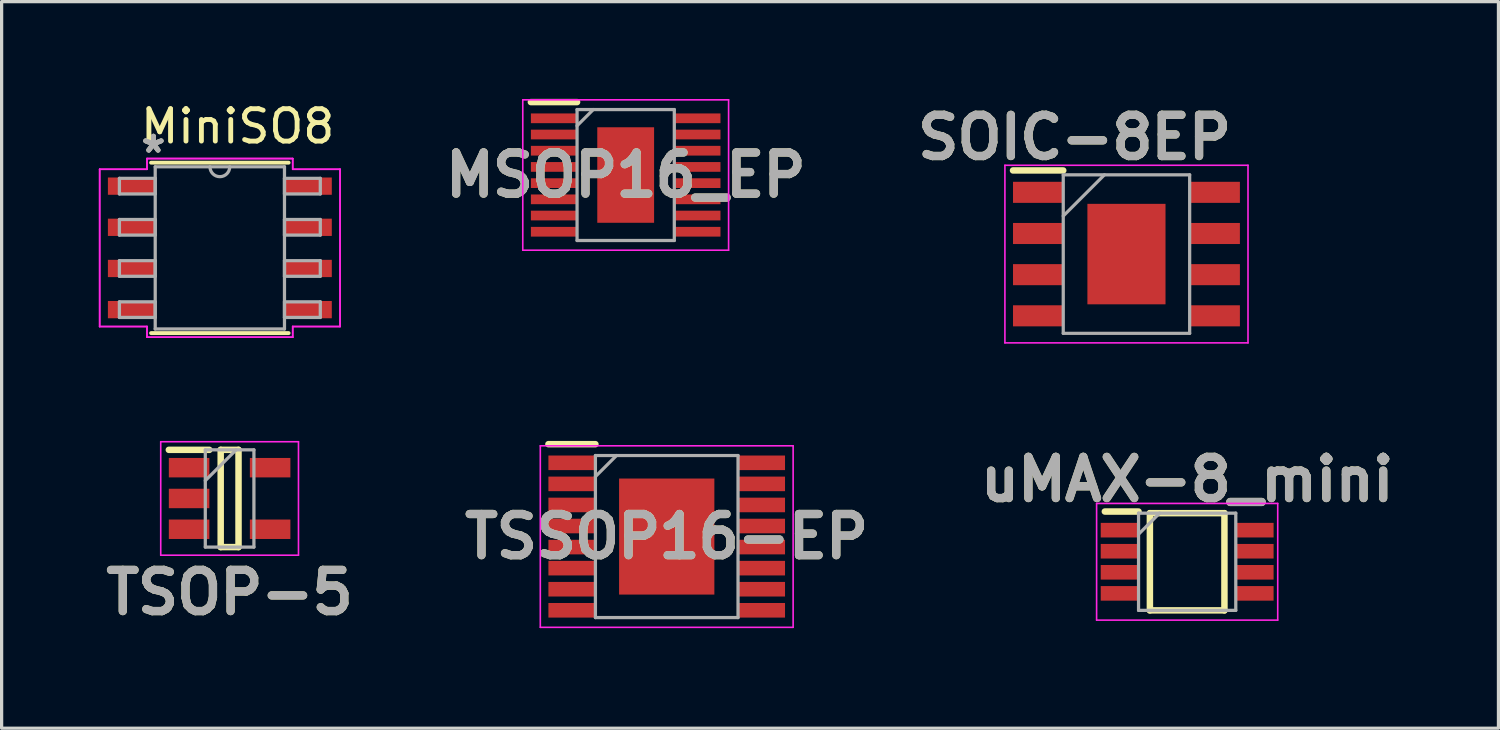
<source format=kicad_pcb>
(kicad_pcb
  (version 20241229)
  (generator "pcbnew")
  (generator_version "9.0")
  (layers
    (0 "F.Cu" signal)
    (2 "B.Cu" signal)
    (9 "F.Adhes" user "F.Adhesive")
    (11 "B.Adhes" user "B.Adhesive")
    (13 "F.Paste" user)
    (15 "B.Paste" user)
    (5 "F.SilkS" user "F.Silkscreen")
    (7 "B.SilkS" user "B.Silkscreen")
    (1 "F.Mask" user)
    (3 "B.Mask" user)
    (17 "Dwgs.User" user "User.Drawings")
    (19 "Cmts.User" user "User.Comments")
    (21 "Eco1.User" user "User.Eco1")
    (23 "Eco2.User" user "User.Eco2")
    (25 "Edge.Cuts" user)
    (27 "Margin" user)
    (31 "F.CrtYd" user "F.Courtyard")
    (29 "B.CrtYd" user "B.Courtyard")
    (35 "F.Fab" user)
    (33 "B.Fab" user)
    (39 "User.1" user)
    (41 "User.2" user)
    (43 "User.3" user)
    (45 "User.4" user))
  (footprint "SOIC-8EP"
    (layer "F.Cu")
    (at 31.704 4.789)
    (property "Reference" "SOIC-8EP" (at -1.6 -3.6 0) (layer "F.SilkS") (effects (font (size 1.27 1.27) (thickness 0.254))))
    (attr smd)
    (fp_line (start -3.5 -2.58) (end -1.95 -2.58) (stroke (width 0.2) (type solid)) (layer "F.SilkS"))
    (fp_line (start -3.75 -2.74) (end 3.75 -2.74) (stroke (width 0.05) (type solid)) (layer "F.CrtYd"))
    (fp_line (start -3.75 2.74) (end -3.75 -2.74) (stroke (width 0.05) (type solid)) (layer "F.CrtYd"))
    (fp_line (start 3.75 -2.74) (end 3.75 2.74) (stroke (width 0.05) (type solid)) (layer "F.CrtYd"))
    (fp_line (start 3.75 2.74) (end -3.75 2.74) (stroke (width 0.05) (type solid)) (layer "F.CrtYd"))
    (fp_line (start -1.95 -2.445) (end 1.95 -2.445) (stroke (width 0.1) (type solid)) (layer "F.Fab"))
    (fp_line (start -1.95 -1.175) (end -0.68 -2.445) (stroke (width 0.1) (type solid)) (layer "F.Fab"))
    (fp_line (start -1.95 2.445) (end -1.95 -2.445) (stroke (width 0.1) (type solid)) (layer "F.Fab"))
    (fp_line (start 1.95 -2.445) (end 1.95 2.445) (stroke (width 0.1) (type solid)) (layer "F.Fab"))
    (fp_line (start 1.95 2.445) (end -1.95 2.445) (stroke (width 0.1) (type solid)) (layer "F.Fab"))
    (fp_text user "${REFERENCE}" (at -1.6 -3.6 0) (layer "F.Fab") (effects (font (size 1.27 1.27) (thickness 0.254))))
    (pad "1" smd rect (at -2.725 -1.905 90) (size 0.65 1.55) (layers "F.Cu" "F.Mask" "F.Paste"))
    (pad "2" smd rect (at -2.725 -0.635 90) (size 0.65 1.55) (layers "F.Cu" "F.Mask" "F.Paste"))
    (pad "3" smd rect (at -2.725 0.635 90) (size 0.65 1.55) (layers "F.Cu" "F.Mask" "F.Paste"))
    (pad "4" smd rect (at -2.725 1.905 90) (size 0.65 1.55) (layers "F.Cu" "F.Mask" "F.Paste"))
    (pad "5" smd rect (at 2.725 1.905 90) (size 0.65 1.55) (layers "F.Cu" "F.Mask" "F.Paste"))
    (pad "6" smd rect (at 2.725 0.635 90) (size 0.65 1.55) (layers "F.Cu" "F.Mask" "F.Paste"))
    (pad "7" smd rect (at 2.725 -0.635 90) (size 0.65 1.55) (layers "F.Cu" "F.Mask" "F.Paste"))
    (pad "8" smd rect (at 2.725 -1.905 90) (size 0.65 1.55) (layers "F.Cu" "F.Mask" "F.Paste"))
    (pad "9" smd rect (at 0 0) (size 2.41 3.1) (layers "F.Cu" "F.Mask" "F.Paste")))
  (footprint "TSSOP16-EP"
    (layer "F.Cu")
    (at 17.52 13.504)
    (property "Reference" "TSSOP16-EP" (at 0 0 0) (layer "F.SilkS") (effects (font (size 1.27 1.27) (thickness 0.254))))
    (attr smd)
    (fp_line (start -3.65 -2.85) (end -2.2 -2.85) (stroke (width 0.2) (type solid)) (layer "F.SilkS"))
    (fp_line (start -3.9 -2.8) (end 3.9 -2.8) (stroke (width 0.05) (type solid)) (layer "F.CrtYd"))
    (fp_line (start -3.9 2.8) (end -3.9 -2.8) (stroke (width 0.05) (type solid)) (layer "F.CrtYd"))
    (fp_line (start 3.9 -2.8) (end 3.9 2.8) (stroke (width 0.05) (type solid)) (layer "F.CrtYd"))
    (fp_line (start 3.9 2.8) (end -3.9 2.8) (stroke (width 0.05) (type solid)) (layer "F.CrtYd"))
    (fp_line (start -2.2 -2.5) (end 2.2 -2.5) (stroke (width 0.1) (type solid)) (layer "F.Fab"))
    (fp_line (start -2.2 -1.85) (end -1.55 -2.5) (stroke (width 0.1) (type solid)) (layer "F.Fab"))
    (fp_line (start -2.2 2.5) (end -2.2 -2.5) (stroke (width 0.1) (type solid)) (layer "F.Fab"))
    (fp_line (start 2.2 -2.5) (end 2.2 2.5) (stroke (width 0.1) (type solid)) (layer "F.Fab"))
    (fp_line (start 2.2 2.5) (end -2.2 2.5) (stroke (width 0.1) (type solid)) (layer "F.Fab"))
    (fp_text user "${REFERENCE}" (at 0 0 0) (layer "F.Fab") (effects (font (size 1.27 1.27) (thickness 0.254))))
    (pad "1" smd rect (at -2.925 -2.275 90) (size 0.45 1.45) (layers "F.Cu" "F.Mask" "F.Paste"))
    (pad "2" smd rect (at -2.925 -1.625 90) (size 0.45 1.45) (layers "F.Cu" "F.Mask" "F.Paste"))
    (pad "3" smd rect (at -2.925 -0.975 90) (size 0.45 1.45) (layers "F.Cu" "F.Mask" "F.Paste"))
    (pad "4" smd rect (at -2.925 -0.325 90) (size 0.45 1.45) (layers "F.Cu" "F.Mask" "F.Paste"))
    (pad "5" smd rect (at -2.925 0.325 90) (size 0.45 1.45) (layers "F.Cu" "F.Mask" "F.Paste"))
    (pad "6" smd rect (at -2.925 0.975 90) (size 0.45 1.45) (layers "F.Cu" "F.Mask" "F.Paste"))
    (pad "7" smd rect (at -2.925 1.625 90) (size 0.45 1.45) (layers "F.Cu" "F.Mask" "F.Paste"))
    (pad "8" smd rect (at -2.925 2.275 90) (size 0.45 1.45) (layers "F.Cu" "F.Mask" "F.Paste"))
    (pad "9" smd rect (at 2.925 2.275 90) (size 0.45 1.45) (layers "F.Cu" "F.Mask" "F.Paste"))
    (pad "10" smd rect (at 2.925 1.625 90) (size 0.45 1.45) (layers "F.Cu" "F.Mask" "F.Paste"))
    (pad "11" smd rect (at 2.925 0.975 90) (size 0.45 1.45) (layers "F.Cu" "F.Mask" "F.Paste"))
    (pad "12" smd rect (at 2.925 0.325 90) (size 0.45 1.45) (layers "F.Cu" "F.Mask" "F.Paste"))
    (pad "13" smd rect (at 2.925 -0.325 90) (size 0.45 1.45) (layers "F.Cu" "F.Mask" "F.Paste"))
    (pad "14" smd rect (at 2.925 -0.975 90) (size 0.45 1.45) (layers "F.Cu" "F.Mask" "F.Paste"))
    (pad "15" smd rect (at 2.925 -1.625 90) (size 0.45 1.45) (layers "F.Cu" "F.Mask" "F.Paste"))
    (pad "16" smd rect (at 2.925 -2.275 90) (size 0.45 1.45) (layers "F.Cu" "F.Mask" "F.Paste"))
    (pad "17" smd rect (at 0 0) (size 2.94 3.58) (layers "F.Cu" "F.Mask" "F.Paste")))
  (footprint "MiniSO8"
    (layer "F.Cu")
    (at 3.733 4.598)
    (property "Reference" "MiniSO8" (at 0.55 -3.75 0) (layer "F.SilkS") (effects (font (size 1 1) (thickness 0.15))))
    (attr through_hole)
    (fp_line (start -2.121 2.629) (end 2.121 2.629) (stroke (width 0.12) (type solid)) (layer "F.SilkS"))
    (fp_line (start 2.121 -2.629) (end -2.121 -2.629) (stroke (width 0.12) (type solid)) (layer "F.SilkS"))
    (fp_line (start -3.708 -2.426) (end -2.248 -2.426) (stroke (width 0.05) (type solid)) (layer "F.CrtYd"))
    (fp_line (start -3.708 -2.426) (end -2.248 -2.426) (stroke (width 0.05) (type solid)) (layer "F.CrtYd"))
    (fp_line (start -3.708 2.426) (end -3.708 -2.426) (stroke (width 0.05) (type solid)) (layer "F.CrtYd"))
    (fp_line (start -3.708 2.426) (end -3.708 -2.426) (stroke (width 0.05) (type solid)) (layer "F.CrtYd"))
    (fp_line (start -3.708 2.426) (end -2.248 2.426) (stroke (width 0.05) (type solid)) (layer "F.CrtYd"))
    (fp_line (start -2.248 -2.756) (end 2.248 -2.756) (stroke (width 0.05) (type solid)) (layer "F.CrtYd"))
    (fp_line (start -2.248 -2.756) (end 2.248 -2.756) (stroke (width 0.05) (type solid)) (layer "F.CrtYd"))
    (fp_line (start -2.248 -2.426) (end -2.248 -2.756) (stroke (width 0.05) (type solid)) (layer "F.CrtYd"))
    (fp_line (start -2.248 -2.426) (end -2.248 -2.756) (stroke (width 0.05) (type solid)) (layer "F.CrtYd"))
    (fp_line (start -2.248 2.426) (end -3.708 2.426) (stroke (width 0.05) (type solid)) (layer "F.CrtYd"))
    (fp_line (start -2.248 2.756) (end -2.248 2.426) (stroke (width 0.05) (type solid)) (layer "F.CrtYd"))
    (fp_line (start -2.248 2.756) (end -2.248 2.426) (stroke (width 0.05) (type solid)) (layer "F.CrtYd"))
    (fp_line (start 2.248 -2.756) (end 2.248 -2.426) (stroke (width 0.05) (type solid)) (layer "F.CrtYd"))
    (fp_line (start 2.248 -2.756) (end 2.248 -2.426) (stroke (width 0.05) (type solid)) (layer "F.CrtYd"))
    (fp_line (start 2.248 -2.426) (end 3.708 -2.426) (stroke (width 0.05) (type solid)) (layer "F.CrtYd"))
    (fp_line (start 2.248 2.426) (end 2.248 2.756) (stroke (width 0.05) (type solid)) (layer "F.CrtYd"))
    (fp_line (start 2.248 2.426) (end 2.248 2.756) (stroke (width 0.05) (type solid)) (layer "F.CrtYd"))
    (fp_line (start 2.248 2.756) (end -2.248 2.756) (stroke (width 0.05) (type solid)) (layer "F.CrtYd"))
    (fp_line (start 2.248 2.756) (end -2.248 2.756) (stroke (width 0.05) (type solid)) (layer "F.CrtYd"))
    (fp_line (start 3.708 -2.426) (end 2.248 -2.426) (stroke (width 0.05) (type solid)) (layer "F.CrtYd"))
    (fp_line (start 3.708 -2.426) (end 3.708 2.426) (stroke (width 0.05) (type solid)) (layer "F.CrtYd"))
    (fp_line (start 3.708 -2.426) (end 3.708 2.426) (stroke (width 0.05) (type solid)) (layer "F.CrtYd"))
    (fp_line (start 3.708 2.426) (end 2.248 2.426) (stroke (width 0.05) (type solid)) (layer "F.CrtYd"))
    (fp_line (start 3.708 2.426) (end 2.248 2.426) (stroke (width 0.05) (type solid)) (layer "F.CrtYd"))
    (fp_line (start -3.099 -2.146) (end -3.099 -1.664) (stroke (width 0.1) (type solid)) (layer "F.Fab"))
    (fp_line (start -3.099 -1.664) (end -1.994 -1.664) (stroke (width 0.1) (type solid)) (layer "F.Fab"))
    (fp_line (start -3.099 -0.876) (end -3.099 -0.394) (stroke (width 0.1) (type solid)) (layer "F.Fab"))
    (fp_line (start -3.099 -0.394) (end -1.994 -0.394) (stroke (width 0.1) (type solid)) (layer "F.Fab"))
    (fp_line (start -3.099 0.394) (end -3.099 0.876) (stroke (width 0.1) (type solid)) (layer "F.Fab"))
    (fp_line (start -3.099 0.876) (end -1.994 0.876) (stroke (width 0.1) (type solid)) (layer "F.Fab"))
    (fp_line (start -3.099 1.664) (end -3.099 2.146) (stroke (width 0.1) (type solid)) (layer "F.Fab"))
    (fp_line (start -3.099 2.146) (end -1.994 2.146) (stroke (width 0.1) (type solid)) (layer "F.Fab"))
    (fp_line (start -1.994 -2.502) (end -1.994 2.502) (stroke (width 0.1) (type solid)) (layer "F.Fab"))
    (fp_line (start -1.994 -2.146) (end -3.099 -2.146) (stroke (width 0.1) (type solid)) (layer "F.Fab"))
    (fp_line (start -1.994 -1.664) (end -1.994 -2.146) (stroke (width 0.1) (type solid)) (layer "F.Fab"))
    (fp_line (start -1.994 -0.876) (end -3.099 -0.876) (stroke (width 0.1) (type solid)) (layer "F.Fab"))
    (fp_line (start -1.994 -0.394) (end -1.994 -0.876) (stroke (width 0.1) (type solid)) (layer "F.Fab"))
    (fp_line (start -1.994 0.394) (end -3.099 0.394) (stroke (width 0.1) (type solid)) (layer "F.Fab"))
    (fp_line (start -1.994 0.876) (end -1.994 0.394) (stroke (width 0.1) (type solid)) (layer "F.Fab"))
    (fp_line (start -1.994 1.664) (end -3.099 1.664) (stroke (width 0.1) (type solid)) (layer "F.Fab"))
    (fp_line (start -1.994 2.146) (end -1.994 1.664) (stroke (width 0.1) (type solid)) (layer "F.Fab"))
    (fp_line (start -1.994 2.502) (end 1.994 2.502) (stroke (width 0.1) (type solid)) (layer "F.Fab"))
    (fp_line (start 1.994 -2.502) (end -1.994 -2.502) (stroke (width 0.1) (type solid)) (layer "F.Fab"))
    (fp_line (start 1.994 -2.146) (end 1.994 -1.664) (stroke (width 0.1) (type solid)) (layer "F.Fab"))
    (fp_line (start 1.994 -1.664) (end 3.099 -1.664) (stroke (width 0.1) (type solid)) (layer "F.Fab"))
    (fp_line (start 1.994 -0.876) (end 1.994 -0.394) (stroke (width 0.1) (type solid)) (layer "F.Fab"))
    (fp_line (start 1.994 -0.394) (end 3.099 -0.394) (stroke (width 0.1) (type solid)) (layer "F.Fab"))
    (fp_line (start 1.994 0.394) (end 1.994 0.876) (stroke (width 0.1) (type solid)) (layer "F.Fab"))
    (fp_line (start 1.994 0.876) (end 3.099 0.876) (stroke (width 0.1) (type solid)) (layer "F.Fab"))
    (fp_line (start 1.994 1.664) (end 1.994 2.146) (stroke (width 0.1) (type solid)) (layer "F.Fab"))
    (fp_line (start 1.994 2.146) (end 3.099 2.146) (stroke (width 0.1) (type solid)) (layer "F.Fab"))
    (fp_line (start 1.994 2.502) (end 1.994 -2.502) (stroke (width 0.1) (type solid)) (layer "F.Fab"))
    (fp_line (start 3.099 -2.146) (end 1.994 -2.146) (stroke (width 0.1) (type solid)) (layer "F.Fab"))
    (fp_line (start 3.099 -1.664) (end 3.099 -2.146) (stroke (width 0.1) (type solid)) (layer "F.Fab"))
    (fp_line (start 3.099 -0.876) (end 1.994 -0.876) (stroke (width 0.1) (type solid)) (layer "F.Fab"))
    (fp_line (start 3.099 -0.394) (end 3.099 -0.876) (stroke (width 0.1) (type solid)) (layer "F.Fab"))
    (fp_line (start 3.099 0.394) (end 1.994 0.394) (stroke (width 0.1) (type solid)) (layer "F.Fab"))
    (fp_line (start 3.099 0.876) (end 3.099 0.394) (stroke (width 0.1) (type solid)) (layer "F.Fab"))
    (fp_line (start 3.099 1.664) (end 1.994 1.664) (stroke (width 0.1) (type solid)) (layer "F.Fab"))
    (fp_line (start 3.099 2.146) (end 3.099 1.664) (stroke (width 0.1) (type solid)) (layer "F.Fab"))
    (fp_arc (start 0.3048 -2.5019) (mid 0 -2.1971) (end -0.3048 -2.5019) (stroke (width 0.1) (type solid)) (layer "F.Fab"))
    (fp_text user "*" (at -2.05 -2.9 0) (layer "F.SilkS") (effects (font (size 1 1) (thickness 0.15))))
    (fp_text user "*" (at -2.05 -2.9 0) (layer "F.Fab") (effects (font (size 1 1) (thickness 0.15))))
    (fp_text user "*" (at -2.05 -2.9 0) (layer "F.Fab") (effects (font (size 1 1) (thickness 0.15))))
    (pad "1" smd rect (at -2.724 -1.905) (size 1.46 0.533) (layers "F.Cu" "F.Mask" "F.Paste"))
    (pad "2" smd rect (at -2.724 -0.635) (size 1.46 0.533) (layers "F.Cu" "F.Mask" "F.Paste"))
    (pad "3" smd rect (at -2.724 0.635) (size 1.46 0.533) (layers "F.Cu" "F.Mask" "F.Paste"))
    (pad "4" smd rect (at -2.724 1.905) (size 1.46 0.533) (layers "F.Cu" "F.Mask" "F.Paste"))
    (pad "5" smd rect (at 2.724 1.905) (size 1.46 0.533) (layers "F.Cu" "F.Mask" "F.Paste"))
    (pad "6" smd rect (at 2.724 0.635) (size 1.46 0.533) (layers "F.Cu" "F.Mask" "F.Paste"))
    (pad "7" smd rect (at 2.724 -0.635) (size 1.46 0.533) (layers "F.Cu" "F.Mask" "F.Paste"))
    (pad "8" smd rect (at 2.724 -1.905) (size 1.46 0.533) (layers "F.Cu" "F.Mask" "F.Paste")))
  (footprint "uMAX-8_mini"
    (layer "F.Cu")
    (at 33.577 14.282)
    (property "Reference" "uMAX-8_mini" (at 0 -2.54 0) (layer "F.SilkS") (effects (font (size 1.27 1.27) (thickness 0.254))))
    (attr smd)
    (fp_line (start -2.54 -1.55) (end -1.5 -1.55) (stroke (width 0.2) (type solid)) (layer "F.SilkS"))
    (fp_line (start -1.15 -1.5) (end 1.15 -1.5) (stroke (width 0.2) (type solid)) (layer "F.SilkS"))
    (fp_line (start -1.15 1.5) (end -1.15 -1.5) (stroke (width 0.2) (type solid)) (layer "F.SilkS"))
    (fp_line (start 1.15 -1.5) (end 1.15 1.5) (stroke (width 0.2) (type solid)) (layer "F.SilkS"))
    (fp_line (start 1.15 1.5) (end -1.15 1.5) (stroke (width 0.2) (type solid)) (layer "F.SilkS"))
    (fp_line (start -2.794 -1.8) (end 2.794 -1.8) (stroke (width 0.05) (type solid)) (layer "F.CrtYd"))
    (fp_line (start -2.794 1.8) (end -2.794 -1.8) (stroke (width 0.05) (type solid)) (layer "F.CrtYd"))
    (fp_line (start 2.794 -1.8) (end 2.794 1.8) (stroke (width 0.05) (type solid)) (layer "F.CrtYd"))
    (fp_line (start 2.794 1.8) (end -2.794 1.8) (stroke (width 0.05) (type solid)) (layer "F.CrtYd"))
    (fp_line (start -1.5 -1.5) (end 1.5 -1.5) (stroke (width 0.1) (type solid)) (layer "F.Fab"))
    (fp_line (start -1.5 -0.85) (end -0.85 -1.5) (stroke (width 0.1) (type solid)) (layer "F.Fab"))
    (fp_line (start -1.5 1.5) (end -1.5 -1.5) (stroke (width 0.1) (type solid)) (layer "F.Fab"))
    (fp_line (start 1.5 -1.5) (end 1.5 1.5) (stroke (width 0.1) (type solid)) (layer "F.Fab"))
    (fp_line (start 1.5 1.5) (end -1.5 1.5) (stroke (width 0.1) (type solid)) (layer "F.Fab"))
    (fp_text user "${REFERENCE}" (at 0 -2.54 0) (layer "F.Fab") (effects (font (size 1.27 1.27) (thickness 0.254))))
    (pad "1" smd rect (at -2.083 -0.975 90) (size 0.45 1.167) (layers "F.Cu" "F.Mask" "F.Paste"))
    (pad "2" smd rect (at -2.083 -0.325 90) (size 0.45 1.167) (layers "F.Cu" "F.Mask" "F.Paste"))
    (pad "3" smd rect (at -2.083 0.325 90) (size 0.45 1.167) (layers "F.Cu" "F.Mask" "F.Paste"))
    (pad "4" smd rect (at -2.083 0.975 90) (size 0.45 1.167) (layers "F.Cu" "F.Mask" "F.Paste"))
    (pad "5" smd rect (at 2.083 0.975 90) (size 0.45 1.167) (layers "F.Cu" "F.Mask" "F.Paste"))
    (pad "6" smd rect (at 2.083 0.325 90) (size 0.45 1.167) (layers "F.Cu" "F.Mask" "F.Paste"))
    (pad "7" smd rect (at 2.083 -0.325 90) (size 0.45 1.167) (layers "F.Cu" "F.Mask" "F.Paste"))
    (pad "8" smd rect (at 2.083 -0.975 90) (size 0.45 1.167) (layers "F.Cu" "F.Mask" "F.Paste")))
  (footprint "TSOP-5"
    (layer "F.Cu")
    (at 4.034 12.329)
    (property "Reference" "TSOP-5" (at 0 2.9 0) (layer "F.SilkS") (effects (font (size 1.27 1.27) (thickness 0.254))))
    (attr smd)
    (fp_line (start -1.875 -1.5) (end -0.625 -1.5) (stroke (width 0.2) (type solid)) (layer "F.SilkS"))
    (fp_line (start -0.275 -1.5) (end 0.275 -1.5) (stroke (width 0.2) (type solid)) (layer "F.SilkS"))
    (fp_line (start -0.275 1.5) (end -0.275 -1.5) (stroke (width 0.2) (type solid)) (layer "F.SilkS"))
    (fp_line (start 0.275 -1.5) (end 0.275 1.5) (stroke (width 0.2) (type solid)) (layer "F.SilkS"))
    (fp_line (start 0.275 1.5) (end -0.275 1.5) (stroke (width 0.2) (type solid)) (layer "F.SilkS"))
    (fp_line (start -2.125 -1.75) (end 2.125 -1.75) (stroke (width 0.05) (type solid)) (layer "F.CrtYd"))
    (fp_line (start -2.125 1.75) (end -2.125 -1.75) (stroke (width 0.05) (type solid)) (layer "F.CrtYd"))
    (fp_line (start 2.125 -1.75) (end 2.125 1.75) (stroke (width 0.05) (type solid)) (layer "F.CrtYd"))
    (fp_line (start 2.125 1.75) (end -2.125 1.75) (stroke (width 0.05) (type solid)) (layer "F.CrtYd"))
    (fp_line (start -0.75 -1.5) (end 0.75 -1.5) (stroke (width 0.1) (type solid)) (layer "F.Fab"))
    (fp_line (start -0.75 -0.55) (end 0.2 -1.5) (stroke (width 0.1) (type solid)) (layer "F.Fab"))
    (fp_line (start -0.75 1.5) (end -0.75 -1.5) (stroke (width 0.1) (type solid)) (layer "F.Fab"))
    (fp_line (start 0.75 -1.5) (end 0.75 1.5) (stroke (width 0.1) (type solid)) (layer "F.Fab"))
    (fp_line (start 0.75 1.5) (end -0.75 1.5) (stroke (width 0.1) (type solid)) (layer "F.Fab"))
    (fp_text user "${REFERENCE}" (at 0 2.9 0) (layer "F.Fab") (effects (font (size 1.27 1.27) (thickness 0.254))))
    (pad "1" smd rect (at -1.25 -0.95 90) (size 0.6 1.25) (layers "F.Cu" "F.Mask" "F.Paste"))
    (pad "2" smd rect (at -1.25 0 90) (size 0.6 1.25) (layers "F.Cu" "F.Mask" "F.Paste"))
    (pad "3" smd rect (at -1.25 0.95 90) (size 0.6 1.25) (layers "F.Cu" "F.Mask" "F.Paste"))
    (pad "4" smd rect (at 1.25 0.95 90) (size 0.6 1.25) (layers "F.Cu" "F.Mask" "F.Paste"))
    (pad "5" smd rect (at 1.25 -0.95 90) (size 0.6 1.25) (layers "F.Cu" "F.Mask" "F.Paste")))
  (footprint "MSOP16_EP"
    (layer "F.Cu")
    (at 16.254 2.35)
    (property "Reference" "MSOP16_EP" (at 0 0 0) (layer "F.SilkS") (effects (font (size 1.27 1.27) (thickness 0.254))))
    (attr smd)
    (fp_line (start -2.925 -2.25) (end -1.5 -2.25) (stroke (width 0.2) (type solid)) (layer "F.SilkS"))
    (fp_line (start -3.175 -2.32) (end 3.175 -2.32) (stroke (width 0.05) (type solid)) (layer "F.CrtYd"))
    (fp_line (start -3.175 2.32) (end -3.175 -2.32) (stroke (width 0.05) (type solid)) (layer "F.CrtYd"))
    (fp_line (start 3.175 -2.32) (end 3.175 2.32) (stroke (width 0.05) (type solid)) (layer "F.CrtYd"))
    (fp_line (start 3.175 2.32) (end -3.175 2.32) (stroke (width 0.05) (type solid)) (layer "F.CrtYd"))
    (fp_line (start -1.5 -2.02) (end 1.5 -2.02) (stroke (width 0.1) (type solid)) (layer "F.Fab"))
    (fp_line (start -1.5 -1.52) (end -1 -2.02) (stroke (width 0.1) (type solid)) (layer "F.Fab"))
    (fp_line (start -1.5 2.02) (end -1.5 -2.02) (stroke (width 0.1) (type solid)) (layer "F.Fab"))
    (fp_line (start 1.5 -2.02) (end 1.5 2.02) (stroke (width 0.1) (type solid)) (layer "F.Fab"))
    (fp_line (start 1.5 2.02) (end -1.5 2.02) (stroke (width 0.1) (type solid)) (layer "F.Fab"))
    (fp_text user "${REFERENCE}" (at 0 0 0) (layer "F.Fab") (effects (font (size 1.27 1.27) (thickness 0.254))))
    (pad "1" smd rect (at -2.212 -1.75 90) (size 0.3 1.425) (layers "F.Cu" "F.Mask" "F.Paste"))
    (pad "2" smd rect (at -2.212 -1.25 90) (size 0.3 1.425) (layers "F.Cu" "F.Mask" "F.Paste"))
    (pad "3" smd rect (at -2.212 -0.75 90) (size 0.3 1.425) (layers "F.Cu" "F.Mask" "F.Paste"))
    (pad "4" smd rect (at -2.212 -0.25 90) (size 0.3 1.425) (layers "F.Cu" "F.Mask" "F.Paste"))
    (pad "5" smd rect (at -2.212 0.25 90) (size 0.3 1.425) (layers "F.Cu" "F.Mask" "F.Paste"))
    (pad "6" smd rect (at -2.212 0.75 90) (size 0.3 1.425) (layers "F.Cu" "F.Mask" "F.Paste"))
    (pad "7" smd rect (at -2.212 1.25 90) (size 0.3 1.425) (layers "F.Cu" "F.Mask" "F.Paste"))
    (pad "8" smd rect (at -2.212 1.75 90) (size 0.3 1.425) (layers "F.Cu" "F.Mask" "F.Paste"))
    (pad "9" smd rect (at 2.212 1.75 90) (size 0.3 1.425) (layers "F.Cu" "F.Mask" "F.Paste"))
    (pad "10" smd rect (at 2.212 1.25 90) (size 0.3 1.425) (layers "F.Cu" "F.Mask" "F.Paste"))
    (pad "11" smd rect (at 2.212 0.75 90) (size 0.3 1.425) (layers "F.Cu" "F.Mask" "F.Paste"))
    (pad "12" smd rect (at 2.212 0.25 90) (size 0.3 1.425) (layers "F.Cu" "F.Mask" "F.Paste"))
    (pad "13" smd rect (at 2.212 -0.25 90) (size 0.3 1.425) (layers "F.Cu" "F.Mask" "F.Paste"))
    (pad "14" smd rect (at 2.212 -0.75 90) (size 0.3 1.425) (layers "F.Cu" "F.Mask" "F.Paste"))
    (pad "15" smd rect (at 2.212 -1.25 90) (size 0.3 1.425) (layers "F.Cu" "F.Mask" "F.Paste"))
    (pad "16" smd rect (at 2.212 -1.75 90) (size 0.3 1.425) (layers "F.Cu" "F.Mask" "F.Paste"))
    (pad "17" smd rect (at 0 0) (size 1.753 2.947) (layers "F.Cu" "F.Mask" "F.Paste")))
  (gr_rect
    (start -3 -3)
    (end 43.181 19.417)
    (stroke (width 0.1) (type default))
    (fill no)
    (layer "Edge.Cuts")))
</source>
